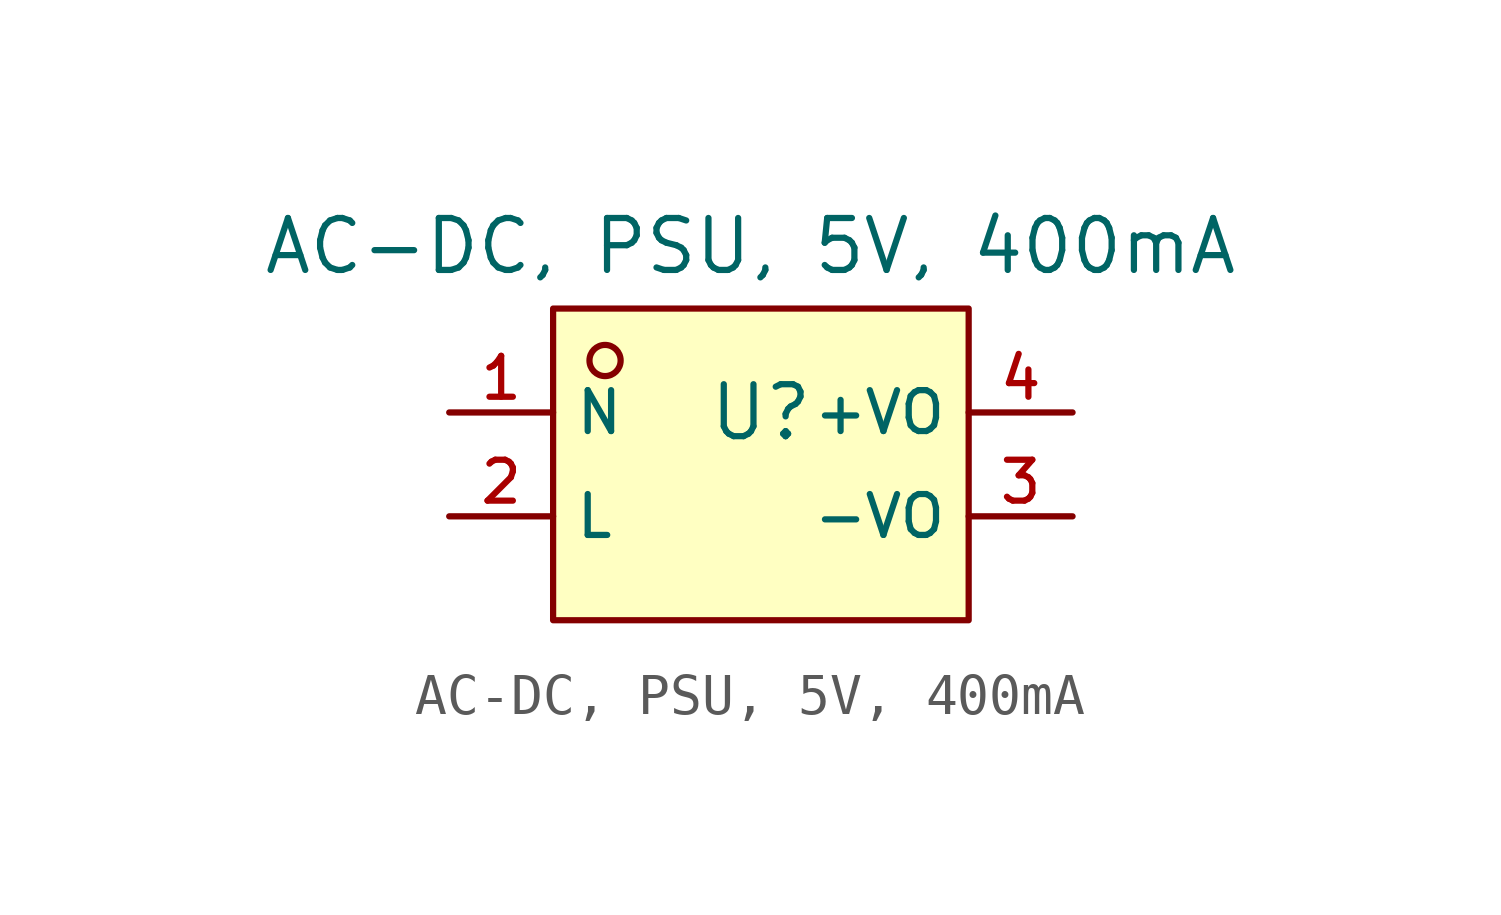
<source format=kicad_sym>
(kicad_symbol_lib
  (version 20231120)
  (generator "CDFER_Archive_Tool")
  (generator_version "0.0")
  (symbol "AC-DC, PSU, 5V, 400mA"
    (property "Reference" "U"
      (at 0 2.54 0)
      (effects (font (size 1.27 1.27))))
    (property "Value" "AC-DC, PSU, 5V, 400mA"
      (at -0.254 6.604 0)
      (effects (font (size 1.27 1.27))))
    (symbol "AC-DC, PSU, 5V, 400mA_0_1"
      (rectangle (start -5.08 5.08) (end 5.08 -2.54) (stroke (width 0) (type default)) (fill (type background)))
      (circle (center -3.81 3.81) (radius 0.381) (stroke (width 0) (type default)) (fill (type background)))
      (pin unspecified line (at -7.62 2.54 0) (length 2.54) (name "N" (effects (font (size 1 1)))) (number "1" (effects (font (size 1 1)))))
      (pin unspecified line (at -7.62 0 0) (length 2.54) (name "L" (effects (font (size 1 1)))) (number "2" (effects (font (size 1 1)))))
      (pin unspecified line (at 7.62 0 180) (length 2.54) (name "-VO" (effects (font (size 1 1)))) (number "3" (effects (font (size 1 1)))))
      (pin unspecified line (at 7.62 2.54 180) (length 2.54) (name "+VO" (effects (font (size 1 1)))) (number "4" (effects (font (size 1 1))))))))
</source>
